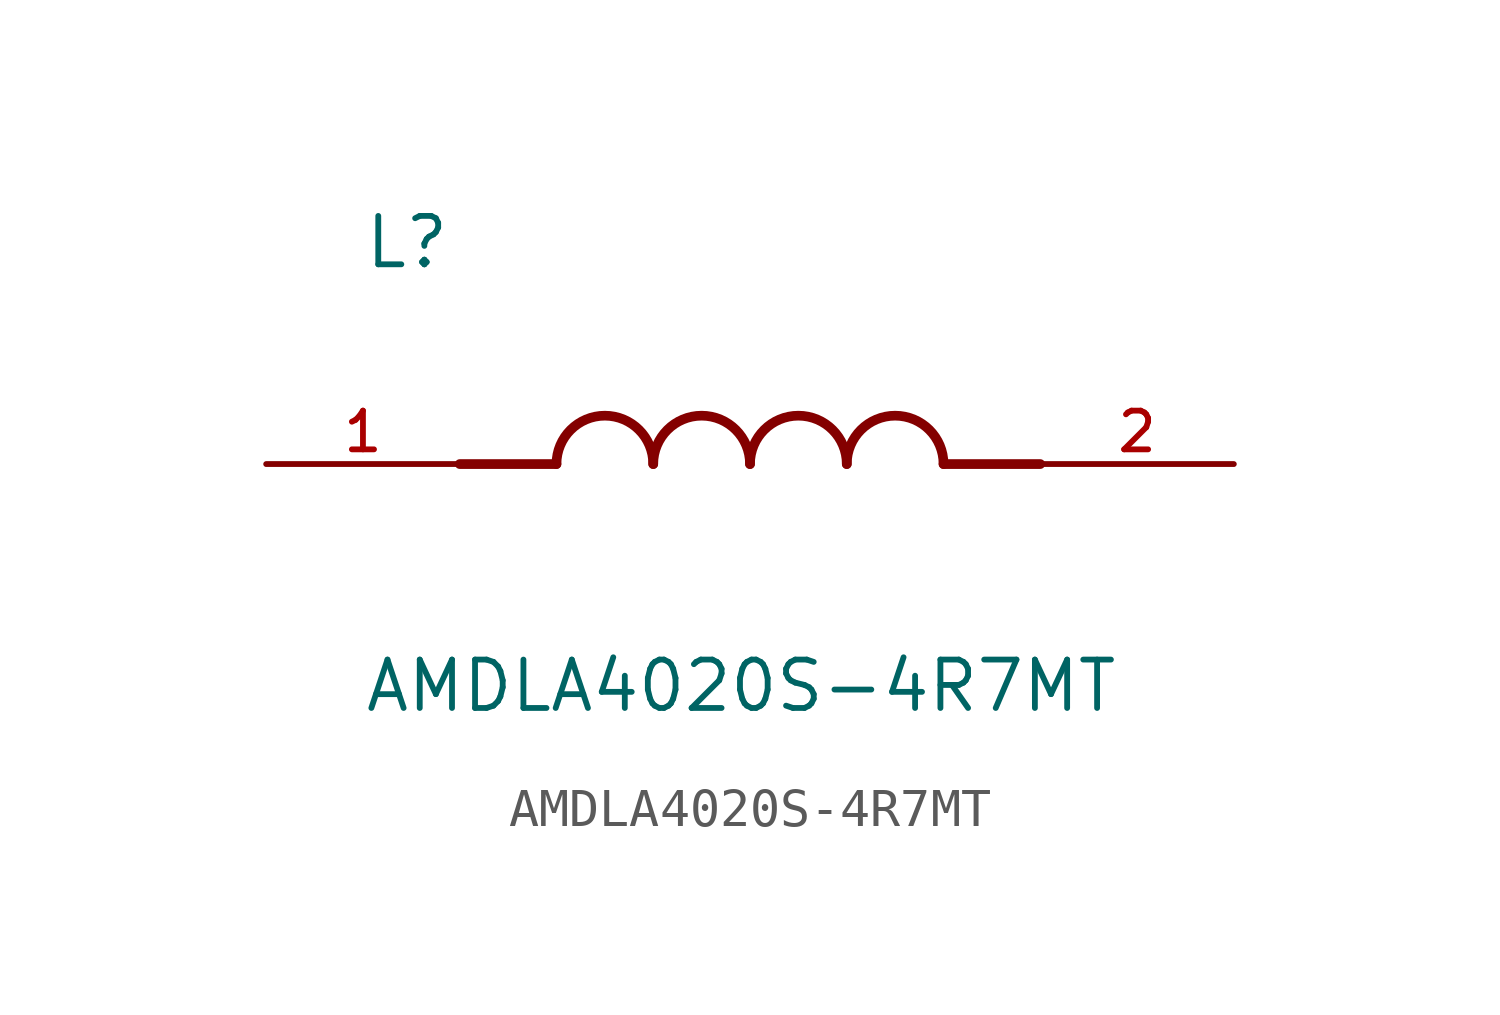
<source format=kicad_sym>
(kicad_symbol_lib
  (version 20211014)
  (generator kicad_symbol_editor)
  (symbol "AMDLA4020S-4R7MT"
    (pin_names
      (offset 1.016))
    (property "Reference" "L"
      (at -10.16 5.08 0)
      (effects (font (size 1.27 1.27)) (justify bottom left)))
    (property "Value" "AMDLA4020S-4R7MT"
      (at -10.16 -5.08 0)
      (effects (font (size 1.27 1.27)) (justify top left)))
    (symbol "AMDLA4020S-4R7MT_0_0"
      (polyline (pts (xy -5.08 0.0) (xy -7.62 0.0)) (stroke (width 0.254)))
      (polyline (pts (xy 5.08 0.0) (xy 7.62 0.0)) (stroke (width 0.254)))
      (arc (start -2.54 0.0) (mid -3.81 1.27) (end -5.08 0.0) (stroke (width 0.254) (type default) (color 0 0 0 0)) (fill (type none)))
      (arc (start 0.0 0.0) (mid -1.27 1.27) (end -2.54 0.0) (stroke (width 0.254) (type default) (color 0 0 0 0)) (fill (type none)))
      (arc (start 2.54 0.0) (mid 1.27 1.27) (end 0.0 0.0) (stroke (width 0.254) (type default) (color 0 0 0 0)) (fill (type none)))
      (arc (start 5.08 0.0) (mid 3.81 1.27) (end 2.54 0.0) (stroke (width 0.254) (type default) (color 0 0 0 0)) (fill (type none)))
      (pin passive line (at -12.7 0.0 0) (length 5.08) (name "~" (effects (font (size 1.016 1.016)))) (number "1" (effects (font (size 1.016 1.016)))))
      (pin passive line (at 12.7 0.0 180.0) (length 5.08) (name "~" (effects (font (size 1.016 1.016)))) (number "2" (effects (font (size 1.016 1.016))))))))
</source>
